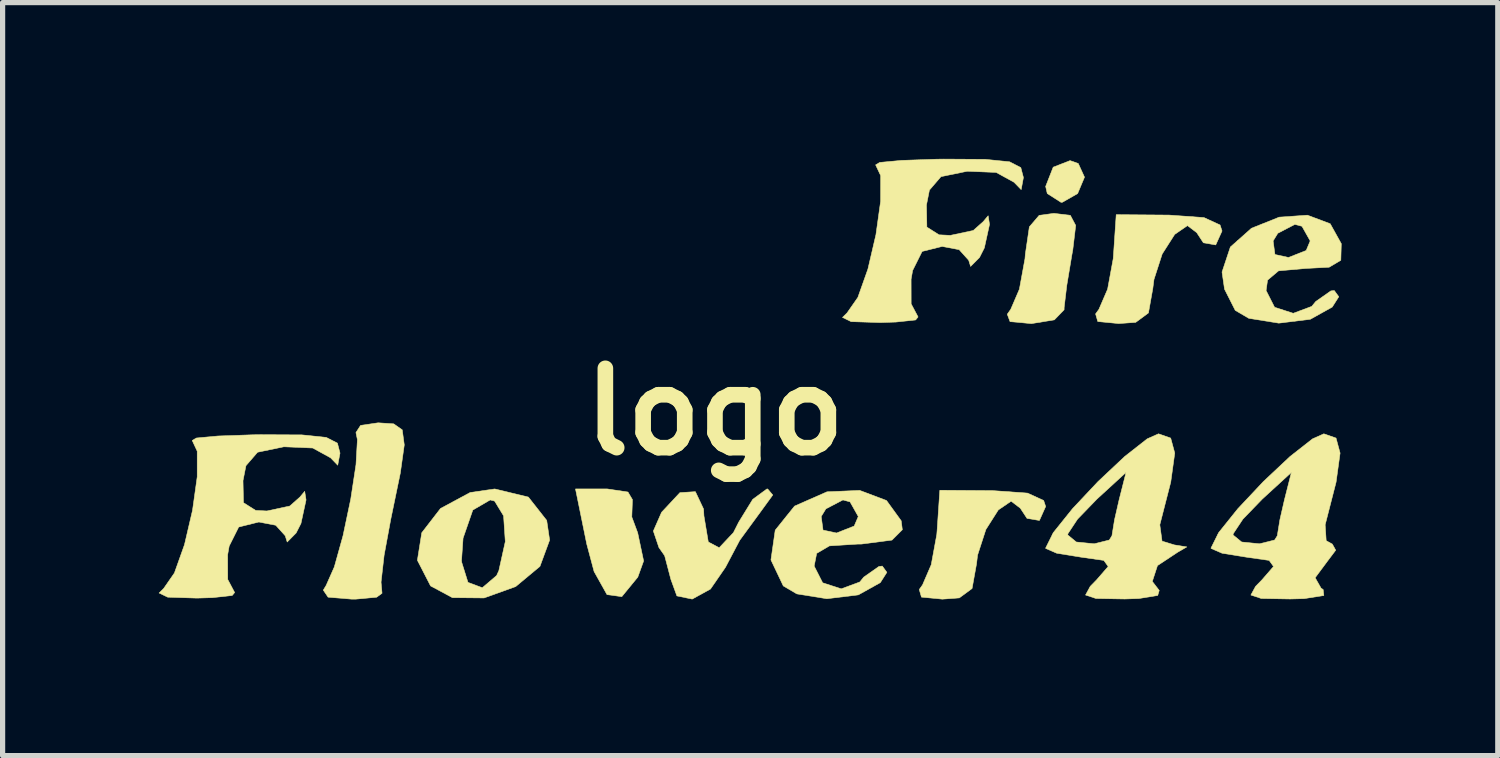
<source format=kicad_pcb>
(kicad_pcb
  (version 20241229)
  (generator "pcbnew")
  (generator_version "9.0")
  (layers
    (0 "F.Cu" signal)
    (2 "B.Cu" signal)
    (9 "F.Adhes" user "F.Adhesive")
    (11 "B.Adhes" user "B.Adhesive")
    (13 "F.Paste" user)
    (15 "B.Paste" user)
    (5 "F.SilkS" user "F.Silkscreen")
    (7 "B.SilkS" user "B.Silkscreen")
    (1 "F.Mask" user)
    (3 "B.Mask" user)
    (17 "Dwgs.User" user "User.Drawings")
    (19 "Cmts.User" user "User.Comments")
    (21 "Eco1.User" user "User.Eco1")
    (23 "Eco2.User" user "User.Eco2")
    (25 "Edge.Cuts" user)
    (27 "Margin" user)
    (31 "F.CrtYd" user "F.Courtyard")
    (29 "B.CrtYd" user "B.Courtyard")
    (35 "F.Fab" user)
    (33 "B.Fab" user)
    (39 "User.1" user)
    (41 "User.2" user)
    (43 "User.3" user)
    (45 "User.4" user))
  (footprint "logo"
    (layer "F.Cu")
    (at 10.679 4.857)
    (property "Reference" "logo" (at 0 0 0) (layer "F.SilkS") (effects (font (size 1.524 1.524) (thickness 0.3))))
    (attr through_hole)
    (fp_poly (pts (xy 6.976 -4.768) (xy 7.096 -4.505) (xy 6.964 -4.19) (xy 6.671 -4.023) (xy 6.645 -4.022) (xy 6.381 -4.191) (xy 6.35 -4.327) (xy 6.495 -4.697) (xy 6.819 -4.823) (xy 6.976 -4.768)) (stroke (width 0.01) (type solid)) (fill yes) (layer "F.SilkS"))
    (fp_poly (pts (xy -1.671 1.541) (xy -1.584 1.688) (xy -1.585 1.689) (xy -1.597 2.02) (xy -1.484 2.324) (xy -1.37 2.865) (xy -1.482 3.175) (xy -1.789 3.55) (xy -2.073 3.511) (xy -2.321 3.068) (xy -2.462 2.54) (xy -2.678 1.482) (xy -2.068 1.482) (xy -1.671 1.541)) (stroke (width 0.01) (type solid)) (fill yes) (layer "F.SilkS"))
    (fp_poly (pts (xy 6.824 -3.772) (xy 6.927 -3.578) (xy 6.871 -3.108) (xy 6.854 -3.016) (xy 6.756 -2.428) (xy 6.705 -2.002) (xy 6.704 -1.958) (xy 6.517 -1.765) (xy 6.077 -1.693) (xy 5.666 -1.731) (xy 5.613 -1.873) (xy 5.68 -1.968) (xy 5.846 -2.354) (xy 5.953 -2.938) (xy 5.96 -3.026) (xy 6.037 -3.551) (xy 6.226 -3.772) (xy 6.509 -3.81) (xy 6.824 -3.772)) (stroke (width 0.01) (type solid)) (fill yes) (layer "F.SilkS"))
    (fp_poly (pts (xy 5.334 1.514) (xy 6.003 1.562) (xy 6.312 1.704) (xy 6.35 1.819) (xy 6.23 2.087) (xy 5.992 2.047) (xy 5.864 1.852) (xy 5.687 1.717) (xy 5.441 1.885) (xy 5.202 2.261) (xy 5.043 2.751) (xy 5.022 2.923) (xy 4.937 3.394) (xy 4.692 3.574) (xy 4.366 3.598) (xy 3.965 3.559) (xy 3.923 3.413) (xy 3.986 3.324) (xy 4.153 2.937) (xy 4.26 2.355) (xy 4.266 2.278) (xy 4.318 1.507) (xy 5.334 1.514)) (stroke (width 0.01) (type solid)) (fill yes) (layer "F.SilkS"))
    (fp_poly (pts (xy 8.721 -3.777) (xy 9.39 -3.729) (xy 9.699 -3.587) (xy 9.737 -3.472) (xy 9.616 -3.204) (xy 9.379 -3.245) (xy 9.251 -3.44) (xy 9.073 -3.575) (xy 8.828 -3.406) (xy 8.588 -3.03) (xy 8.43 -2.541) (xy 8.408 -2.369) (xy 8.324 -1.898) (xy 8.079 -1.717) (xy 7.753 -1.694) (xy 7.351 -1.733) (xy 7.309 -1.879) (xy 7.373 -1.968) (xy 7.54 -2.355) (xy 7.647 -2.937) (xy 7.653 -3.014) (xy 7.705 -3.785) (xy 8.721 -3.777)) (stroke (width 0.01) (type solid)) (fill yes) (layer "F.SilkS"))
    (fp_poly (pts (xy -6.169 0.232) (xy -6.005 0.347) (xy -5.966 0.636) (xy -6.042 1.177) (xy -6.223 2.052) (xy -6.224 2.056) (xy -6.353 2.754) (xy -6.412 3.272) (xy -6.393 3.485) (xy -6.497 3.561) (xy -6.899 3.598) (xy -6.976 3.598) (xy -7.429 3.56) (xy -7.521 3.425) (xy -7.466 3.334) (xy -7.309 2.979) (xy -7.142 2.38) (xy -6.994 1.678) (xy -6.893 1.015) (xy -6.866 0.536) (xy -6.894 0.399) (xy -6.805 0.262) (xy -6.468 0.212) (xy -6.169 0.232)) (stroke (width 0.01) (type solid)) (fill yes) (layer "F.SilkS"))
    (fp_poly (pts (xy 1.11 1.598) (xy 0.871 1.927) (xy 0.475 2.468) (xy 0.202 2.986) (xy -0.086 3.404) (xy -0.437 3.597) (xy -0.731 3.536) (xy -0.847 3.217) (xy -0.966 2.764) (xy -1.076 2.607) (xy -1.183 2.29) (xy -1.025 1.93) (xy -0.673 1.553) (xy -0.376 1.534) (xy -0.219 1.867) (xy -0.212 1.998) (xy -0.128 2.5) (xy 0.081 2.611) (xy 0.355 2.32) (xy 0.457 2.118) (xy 0.726 1.681) (xy 0.996 1.483) (xy 1.012 1.482) (xy 1.11 1.598)) (stroke (width 0.01) (type solid)) (fill yes) (layer "F.SilkS"))
    (fp_poly (pts (xy -3.583 1.638) (xy -3.231 2.086) (xy -3.175 2.464) (xy -3.361 2.969) (xy -3.827 3.357) (xy -4.434 3.575) (xy -5.042 3.569) (xy -5.461 3.344) (xy -5.702 2.875) (xy -4.868 2.875) (xy -4.743 3.276) (xy -4.467 3.379) (xy -4.193 3.145) (xy -4.15 3.052) (xy -4.026 2.493) (xy -4.059 1.998) (xy -4.231 1.715) (xy -4.317 1.693) (xy -4.65 1.887) (xy -4.837 2.427) (xy -4.868 2.875) (xy -5.702 2.875) (xy -5.714 2.851) (xy -5.63 2.323) (xy -5.27 1.857) (xy -4.7 1.55) (xy -4.229 1.482) (xy -3.583 1.638)) (stroke (width 0.01) (type solid)) (fill yes) (layer "F.SilkS"))
    (fp_poly (pts (xy 3.294 1.704) (xy 3.576 2.093) (xy 3.598 2.265) (xy 3.399 2.464) (xy 2.814 2.54) (xy 2.752 2.54) (xy 2.198 2.575) (xy 1.953 2.719) (xy 1.905 2.963) (xy 2.068 3.284) (xy 2.426 3.4) (xy 2.782 3.268) (xy 2.857 3.175) (xy 3.148 2.971) (xy 3.213 2.963) (xy 3.301 3.083) (xy 3.175 3.281) (xy 2.753 3.516) (xy 2.149 3.59) (xy 1.572 3.497) (xy 1.312 3.344) (xy 1.075 2.845) (xy 1.157 2.274) (xy 1.368 2.011) (xy 2.04 2.011) (xy 2.075 2.272) (xy 2.335 2.328) (xy 2.674 2.194) (xy 2.752 2.011) (xy 2.594 1.73) (xy 2.457 1.693) (xy 2.13 1.864) (xy 2.04 2.011) (xy 1.368 2.011) (xy 1.529 1.811) (xy 2.151 1.537) (xy 2.78 1.51) (xy 3.294 1.704)) (stroke (width 0.01) (type solid)) (fill yes) (layer "F.SilkS"))
    (fp_poly (pts (xy 11.814 -3.611) (xy 12.027 -3.228) (xy 12.018 -2.909) (xy 11.794 -2.776) (xy 11.339 -2.752) (xy 10.822 -2.706) (xy 10.611 -2.528) (xy 10.583 -2.328) (xy 10.746 -2.007) (xy 11.104 -1.891) (xy 11.46 -2.024) (xy 11.536 -2.117) (xy 11.827 -2.321) (xy 11.892 -2.328) (xy 11.979 -2.209) (xy 11.853 -2.011) (xy 11.432 -1.776) (xy 10.827 -1.702) (xy 10.25 -1.795) (xy 9.991 -1.947) (xy 9.785 -2.354) (xy 9.737 -2.683) (xy 9.897 -3.164) (xy 10.029 -3.281) (xy 10.718 -3.281) (xy 10.753 -3.02) (xy 11.013 -2.963) (xy 11.353 -3.097) (xy 11.43 -3.281) (xy 11.272 -3.562) (xy 11.135 -3.598) (xy 10.808 -3.428) (xy 10.718 -3.281) (xy 10.029 -3.281) (xy 10.302 -3.524) (xy 10.834 -3.737) (xy 11.377 -3.775) (xy 11.814 -3.611)) (stroke (width 0.01) (type solid)) (fill yes) (layer "F.SilkS"))
    (fp_poly (pts (xy 11.926 0.505) (xy 12.004 0.793) (xy 11.927 1.351) (xy 11.717 2.17) (xy 11.737 2.476) (xy 11.854 2.54) (xy 11.92 2.658) (xy 11.747 2.888) (xy 11.525 3.187) (xy 11.638 3.386) (xy 11.679 3.414) (xy 11.692 3.528) (xy 11.314 3.588) (xy 11.044 3.595) (xy 10.49 3.585) (xy 10.291 3.519) (xy 10.381 3.353) (xy 10.503 3.228) (xy 10.726 2.971) (xy 10.642 2.854) (xy 10.2 2.791) (xy 9.737 2.716) (xy 9.526 2.624) (xy 9.525 2.617) (xy 9.65 2.365) (xy 9.948 2.365) (xy 10.114 2.501) (xy 10.458 2.535) (xy 10.747 2.463) (xy 10.798 2.381) (xy 10.848 2.073) (xy 10.935 1.693) (xy 11.069 1.164) (xy 10.509 1.677) (xy 10.137 2.062) (xy 9.953 2.34) (xy 9.948 2.365) (xy 9.65 2.365) (xy 9.671 2.322) (xy 10.041 1.861) (xy 10.533 1.338) (xy 11.045 0.857) (xy 11.475 0.52) (xy 11.692 0.423) (xy 11.926 0.505)) (stroke (width 0.01) (type solid)) (fill yes) (layer "F.SilkS"))
    (fp_poly (pts (xy -7.93 0.444) (xy -7.465 0.492) (xy -7.25 0.602) (xy -7.2 0.794) (xy -7.244 1.026) (xy -7.381 0.884) (xy -7.723 0.696) (xy -8.277 0.672) (xy -8.783 0.777) (xy -9.006 1.035) (xy -9.063 1.323) (xy -9.054 1.746) (xy -8.82 1.894) (xy -8.604 1.905) (xy -8.164 1.81) (xy -7.972 1.64) (xy -7.878 1.528) (xy -7.852 1.693) (xy -7.95 2.145) (xy -8.043 2.328) (xy -8.214 2.501) (xy -8.252 2.381) (xy -8.434 2.179) (xy -8.76 2.117) (xy -9.145 2.213) (xy -9.328 2.578) (xy -9.358 2.747) (xy -9.356 3.22) (xy -9.223 3.471) (xy -9.271 3.528) (xy -9.648 3.569) (xy -9.948 3.578) (xy -10.509 3.56) (xy -10.674 3.48) (xy -10.586 3.393) (xy -10.38 3.096) (xy -10.186 2.551) (xy -10.032 1.892) (xy -9.942 1.249) (xy -9.942 0.757) (xy -10.038 0.551) (xy -9.959 0.504) (xy -9.542 0.465) (xy -8.872 0.442) (xy -8.731 0.44) (xy -7.93 0.444)) (stroke (width 0.01) (type solid)) (fill yes) (layer "F.SilkS"))
    (fp_poly (pts (xy 5.193 -4.847) (xy 5.658 -4.8) (xy 5.873 -4.689) (xy 5.923 -4.498) (xy 5.88 -4.266) (xy 5.742 -4.408) (xy 5.4 -4.596) (xy 4.846 -4.619) (xy 4.34 -4.515) (xy 4.118 -4.257) (xy 4.061 -3.969) (xy 4.069 -3.546) (xy 4.303 -3.398) (xy 4.519 -3.387) (xy 4.96 -3.481) (xy 5.151 -3.651) (xy 5.246 -3.764) (xy 5.272 -3.598) (xy 5.173 -3.147) (xy 5.08 -2.963) (xy 4.909 -2.791) (xy 4.872 -2.91) (xy 4.689 -3.113) (xy 4.363 -3.175) (xy 3.978 -3.079) (xy 3.796 -2.714) (xy 3.766 -2.545) (xy 3.767 -2.072) (xy 3.9 -1.821) (xy 3.853 -1.763) (xy 3.476 -1.723) (xy 3.175 -1.713) (xy 2.615 -1.731) (xy 2.449 -1.812) (xy 2.537 -1.899) (xy 2.744 -2.196) (xy 2.937 -2.74) (xy 3.091 -3.4) (xy 3.181 -4.042) (xy 3.182 -4.535) (xy 3.085 -4.741) (xy 3.164 -4.788) (xy 3.582 -4.827) (xy 4.252 -4.85) (xy 4.392 -4.852) (xy 5.193 -4.847)) (stroke (width 0.01) (type solid)) (fill yes) (layer "F.SilkS"))
    (fp_poly (pts (xy 8.751 0.505) (xy 8.829 0.793) (xy 8.752 1.351) (xy 8.542 2.17) (xy 8.585 2.484) (xy 8.823 2.557) (xy 9.061 2.595) (xy 8.892 2.693) (xy 8.89 2.694) (xy 8.497 2.954) (xy 8.398 3.258) (xy 8.531 3.431) (xy 8.502 3.527) (xy 8.141 3.586) (xy 7.869 3.595) (xy 7.315 3.585) (xy 7.116 3.519) (xy 7.206 3.353) (xy 7.328 3.228) (xy 7.551 2.971) (xy 7.467 2.854) (xy 7.025 2.791) (xy 6.562 2.716) (xy 6.351 2.624) (xy 6.35 2.617) (xy 6.475 2.365) (xy 6.773 2.365) (xy 6.939 2.501) (xy 7.283 2.535) (xy 7.572 2.463) (xy 7.623 2.381) (xy 7.673 2.073) (xy 7.76 1.693) (xy 7.894 1.164) (xy 7.334 1.677) (xy 6.962 2.062) (xy 6.778 2.34) (xy 6.773 2.365) (xy 6.475 2.365) (xy 6.496 2.322) (xy 6.866 1.861) (xy 7.358 1.338) (xy 7.87 0.857) (xy 8.3 0.52) (xy 8.517 0.423) (xy 8.751 0.505)) (stroke (width 0.01) (type solid)) (fill yes) (layer "F.SilkS")))
  (gr_rect
    (start -3 -3)
    (end 25.711 11.46)
    (stroke (width 0.1) (type default))
    (fill no)
    (layer "Edge.Cuts")))
</source>
